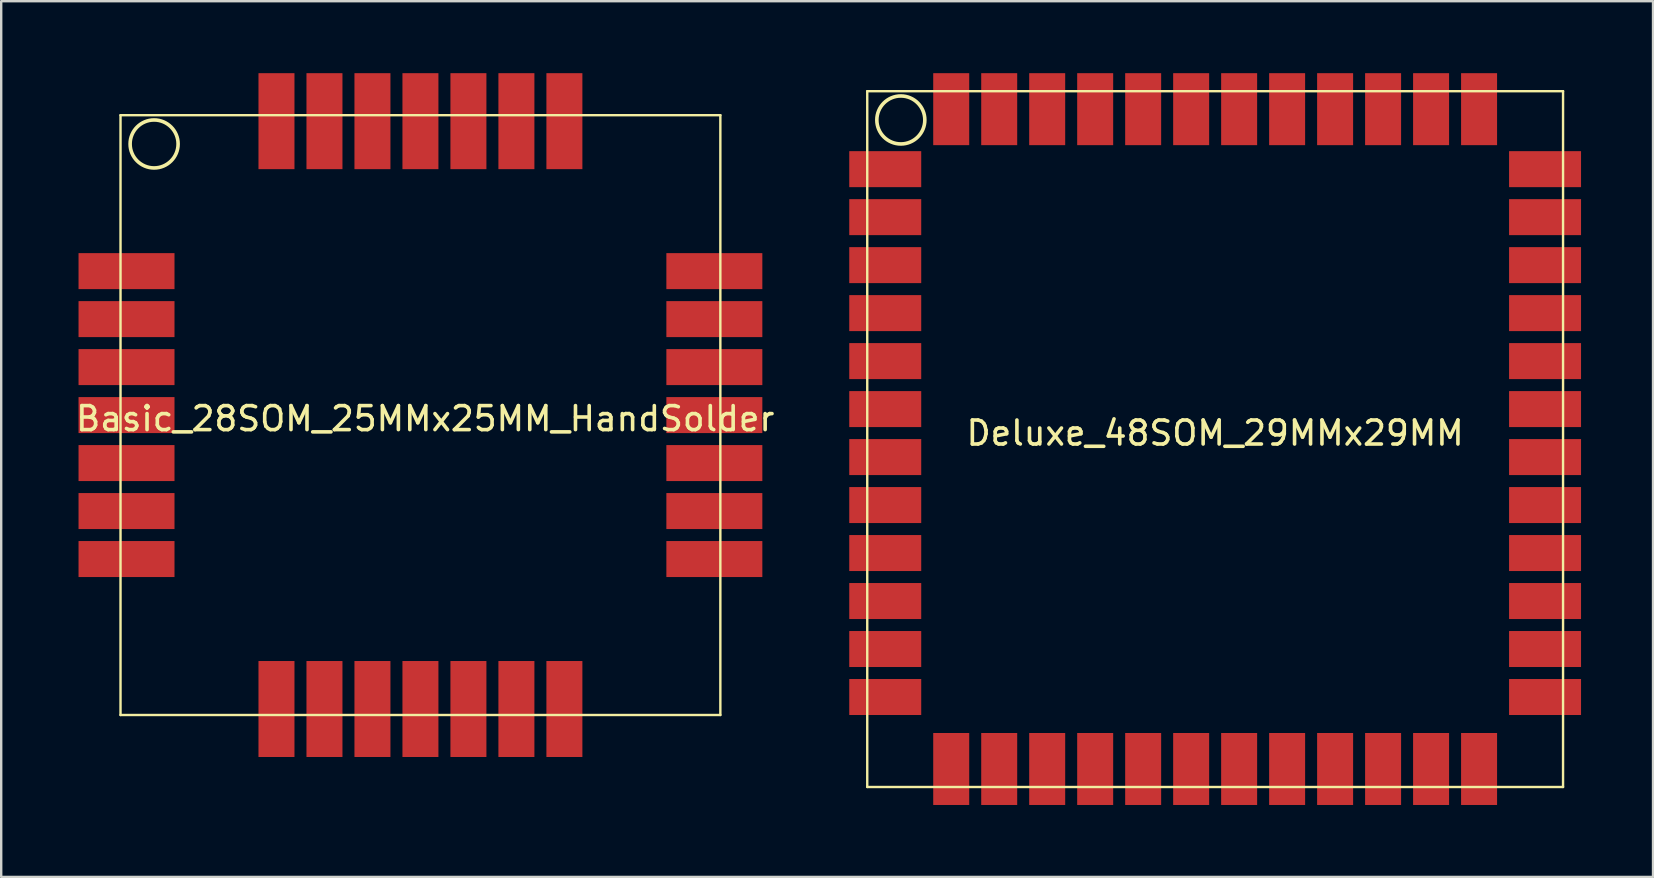
<source format=kicad_pcb>
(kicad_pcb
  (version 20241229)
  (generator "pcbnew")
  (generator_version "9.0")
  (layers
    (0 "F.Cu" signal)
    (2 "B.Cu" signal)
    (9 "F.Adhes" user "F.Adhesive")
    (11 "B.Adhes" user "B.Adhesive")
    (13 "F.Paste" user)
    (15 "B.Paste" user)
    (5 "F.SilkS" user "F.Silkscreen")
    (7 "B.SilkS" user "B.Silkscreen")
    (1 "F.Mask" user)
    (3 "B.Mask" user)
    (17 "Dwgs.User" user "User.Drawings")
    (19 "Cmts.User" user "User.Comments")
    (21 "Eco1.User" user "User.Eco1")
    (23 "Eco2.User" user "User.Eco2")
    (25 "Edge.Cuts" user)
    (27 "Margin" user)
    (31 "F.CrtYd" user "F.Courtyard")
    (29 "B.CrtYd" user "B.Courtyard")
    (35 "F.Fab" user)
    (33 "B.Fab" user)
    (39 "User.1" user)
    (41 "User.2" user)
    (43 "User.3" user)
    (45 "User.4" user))
  (footprint "Deluxe_48SOM_29MMx29MM"
    (layer "F.Cu")
    (at 33.095 0.75)
    (property "Reference" "Deluxe_48SOM_29MMx29MM" (at 14.5 14.25 0) (layer "F.SilkS") (effects (font (size 1 1) (thickness 0.15))))
    (attr through_hole)
    (fp_line (start 0 0) (end 29 0) (stroke (width 0.1) (type solid)) (layer "F.SilkS"))
    (fp_line (start 0 29) (end 0 0) (stroke (width 0.1) (type solid)) (layer "F.SilkS"))
    (fp_line (start 29 0) (end 29 29) (stroke (width 0.1) (type solid)) (layer "F.SilkS"))
    (fp_line (start 29 29) (end 0 29) (stroke (width 0.1) (type solid)) (layer "F.SilkS"))
    (fp_circle (center 1.4 1.2) (end 2.4 1.2) (stroke (width 0.15) (type solid)) (fill no) (layer "F.SilkS"))
    (pad "1" smd rect (at 0.75 3.25) (size 3 1.5) (layers "F.Cu" "F.Mask" "F.Paste"))
    (pad "2" smd rect (at 0.75 5.25) (size 3 1.5) (layers "F.Cu" "F.Mask" "F.Paste"))
    (pad "3" smd rect (at 0.75 7.25) (size 3 1.5) (layers "F.Cu" "F.Mask" "F.Paste"))
    (pad "4" smd rect (at 0.75 9.25) (size 3 1.5) (layers "F.Cu" "F.Mask" "F.Paste"))
    (pad "5" smd rect (at 0.75 11.25) (size 3 1.5) (layers "F.Cu" "F.Mask" "F.Paste"))
    (pad "6" smd rect (at 0.75 13.25) (size 3 1.5) (layers "F.Cu" "F.Mask" "F.Paste"))
    (pad "7" smd rect (at 0.75 15.25) (size 3 1.5) (layers "F.Cu" "F.Mask" "F.Paste"))
    (pad "8" smd rect (at 0.75 17.25) (size 3 1.5) (layers "F.Cu" "F.Mask" "F.Paste"))
    (pad "9" smd rect (at 0.75 19.25) (size 3 1.5) (layers "F.Cu" "F.Mask" "F.Paste"))
    (pad "10" smd rect (at 0.75 21.25) (size 3 1.5) (layers "F.Cu" "F.Mask" "F.Paste"))
    (pad "11" smd rect (at 0.75 23.25) (size 3 1.5) (layers "F.Cu" "F.Mask" "F.Paste"))
    (pad "12" smd rect (at 0.75 25.25) (size 3 1.5) (layers "F.Cu" "F.Mask" "F.Paste"))
    (pad "13" smd rect (at 3.5 28.25 270) (size 3 1.5) (layers "F.Cu" "F.Mask" "F.Paste"))
    (pad "14" smd rect (at 5.5 28.25 270) (size 3 1.5) (layers "F.Cu" "F.Mask" "F.Paste"))
    (pad "15" smd rect (at 7.5 28.25 270) (size 3 1.5) (layers "F.Cu" "F.Mask" "F.Paste"))
    (pad "16" smd rect (at 9.5 28.25 270) (size 3 1.5) (layers "F.Cu" "F.Mask" "F.Paste"))
    (pad "17" smd rect (at 11.5 28.25 270) (size 3 1.5) (layers "F.Cu" "F.Mask" "F.Paste"))
    (pad "18" smd rect (at 13.5 28.25 270) (size 3 1.5) (layers "F.Cu" "F.Mask" "F.Paste"))
    (pad "19" smd rect (at 15.5 28.25 270) (size 3 1.5) (layers "F.Cu" "F.Mask" "F.Paste"))
    (pad "20" smd rect (at 17.5 28.25 270) (size 3 1.5) (layers "F.Cu" "F.Mask" "F.Paste"))
    (pad "21" smd rect (at 19.5 28.25 270) (size 3 1.5) (layers "F.Cu" "F.Mask" "F.Paste"))
    (pad "22" smd rect (at 21.5 28.25 270) (size 3 1.5) (layers "F.Cu" "F.Mask" "F.Paste"))
    (pad "23" smd rect (at 23.5 28.25 270) (size 3 1.5) (layers "F.Cu" "F.Mask" "F.Paste"))
    (pad "24" smd rect (at 25.5 28.25 270) (size 3 1.5) (layers "F.Cu" "F.Mask" "F.Paste"))
    (pad "25" smd rect (at 28.25 25.25 180) (size 3 1.5) (layers "F.Cu" "F.Mask" "F.Paste"))
    (pad "26" smd rect (at 28.25 23.25 180) (size 3 1.5) (layers "F.Cu" "F.Mask" "F.Paste"))
    (pad "27" smd rect (at 28.25 21.25 180) (size 3 1.5) (layers "F.Cu" "F.Mask" "F.Paste"))
    (pad "28" smd rect (at 28.25 19.25 180) (size 3 1.5) (layers "F.Cu" "F.Mask" "F.Paste"))
    (pad "29" smd rect (at 28.25 17.25 180) (size 3 1.5) (layers "F.Cu" "F.Mask" "F.Paste"))
    (pad "30" smd rect (at 28.25 15.25 180) (size 3 1.5) (layers "F.Cu" "F.Mask" "F.Paste"))
    (pad "31" smd rect (at 28.25 13.25 180) (size 3 1.5) (layers "F.Cu" "F.Mask" "F.Paste"))
    (pad "32" smd rect (at 28.25 11.25 180) (size 3 1.5) (layers "F.Cu" "F.Mask" "F.Paste"))
    (pad "33" smd rect (at 28.25 9.25 180) (size 3 1.5) (layers "F.Cu" "F.Mask" "F.Paste"))
    (pad "34" smd rect (at 28.25 7.25 180) (size 3 1.5) (layers "F.Cu" "F.Mask" "F.Paste"))
    (pad "35" smd rect (at 28.25 5.25 180) (size 3 1.5) (layers "F.Cu" "F.Mask" "F.Paste"))
    (pad "36" smd rect (at 28.25 3.25 180) (size 3 1.5) (layers "F.Cu" "F.Mask" "F.Paste"))
    (pad "37" smd rect (at 25.5 0.75 270) (size 3 1.5) (layers "F.Cu" "F.Mask" "F.Paste"))
    (pad "38" smd rect (at 23.5 0.75 270) (size 3 1.5) (layers "F.Cu" "F.Mask" "F.Paste"))
    (pad "39" smd rect (at 21.5 0.75 270) (size 3 1.5) (layers "F.Cu" "F.Mask" "F.Paste"))
    (pad "40" smd rect (at 19.5 0.75 270) (size 3 1.5) (layers "F.Cu" "F.Mask" "F.Paste"))
    (pad "41" smd rect (at 17.5 0.75 270) (size 3 1.5) (layers "F.Cu" "F.Mask" "F.Paste"))
    (pad "42" smd rect (at 15.5 0.75 270) (size 3 1.5) (layers "F.Cu" "F.Mask" "F.Paste"))
    (pad "43" smd rect (at 13.5 0.75 270) (size 3 1.5) (layers "F.Cu" "F.Mask" "F.Paste"))
    (pad "44" smd rect (at 11.5 0.75 270) (size 3 1.5) (layers "F.Cu" "F.Mask" "F.Paste"))
    (pad "45" smd rect (at 9.5 0.75 270) (size 3 1.5) (layers "F.Cu" "F.Mask" "F.Paste"))
    (pad "46" smd rect (at 7.5 0.75 270) (size 3 1.5) (layers "F.Cu" "F.Mask" "F.Paste"))
    (pad "47" smd rect (at 5.5 0.75 270) (size 3 1.5) (layers "F.Cu" "F.Mask" "F.Paste"))
    (pad "48" smd rect (at 3.5 0.75 270) (size 3 1.5) (layers "F.Cu" "F.Mask" "F.Paste")))
  (footprint "Basic_28SOM_25MMx25MM_HandSolder"
    (layer "F.Cu")
    (at 1.973 1.75)
    (property "Reference" "Basic_28SOM_25MMx25MM_HandSolder" (at 12.7 12.65 0) (layer "F.SilkS") (effects (font (size 1 1) (thickness 0.15))))
    (attr through_hole)
    (fp_line (start 0 0) (end 25 0) (stroke (width 0.1) (type solid)) (layer "F.SilkS"))
    (fp_line (start 0 25) (end 0 0) (stroke (width 0.1) (type solid)) (layer "F.SilkS"))
    (fp_line (start 25 0) (end 25 25) (stroke (width 0.1) (type solid)) (layer "F.SilkS"))
    (fp_line (start 25 25) (end 0 25) (stroke (width 0.1) (type solid)) (layer "F.SilkS"))
    (fp_circle (center 1.4 1.2) (end 2.4 1.2) (stroke (width 0.15) (type solid)) (fill no) (layer "F.SilkS"))
    (pad "1" smd rect (at 0.25 6.5) (size 4 1.5) (layers "F.Cu" "F.Mask" "F.Paste"))
    (pad "2" smd rect (at 0.25 8.5) (size 4 1.5) (layers "F.Cu" "F.Mask" "F.Paste"))
    (pad "3" smd rect (at 0.25 10.5) (size 4 1.5) (layers "F.Cu" "F.Mask" "F.Paste"))
    (pad "4" smd rect (at 0.25 12.5) (size 4 1.5) (layers "F.Cu" "F.Mask" "F.Paste"))
    (pad "5" smd rect (at 0.25 14.5) (size 4 1.5) (layers "F.Cu" "F.Mask" "F.Paste"))
    (pad "6" smd rect (at 0.25 16.5) (size 4 1.5) (layers "F.Cu" "F.Mask" "F.Paste"))
    (pad "7" smd rect (at 0.25 18.5) (size 4 1.5) (layers "F.Cu" "F.Mask" "F.Paste"))
    (pad "8" smd rect (at 6.5 24.75 270) (size 4 1.5) (layers "F.Cu" "F.Mask" "F.Paste"))
    (pad "9" smd rect (at 8.5 24.75 270) (size 4 1.5) (layers "F.Cu" "F.Mask" "F.Paste"))
    (pad "10" smd rect (at 10.5 24.75 270) (size 4 1.5) (layers "F.Cu" "F.Mask" "F.Paste"))
    (pad "11" smd rect (at 12.5 24.75 270) (size 4 1.5) (layers "F.Cu" "F.Mask" "F.Paste"))
    (pad "12" smd rect (at 14.5 24.75 270) (size 4 1.5) (layers "F.Cu" "F.Mask" "F.Paste"))
    (pad "13" smd rect (at 16.5 24.75 270) (size 4 1.5) (layers "F.Cu" "F.Mask" "F.Paste"))
    (pad "14" smd rect (at 18.5 24.75 270) (size 4 1.5) (layers "F.Cu" "F.Mask" "F.Paste"))
    (pad "15" smd rect (at 24.75 18.5 180) (size 4 1.5) (layers "F.Cu" "F.Mask" "F.Paste"))
    (pad "16" smd rect (at 24.75 16.5 180) (size 4 1.5) (layers "F.Cu" "F.Mask" "F.Paste"))
    (pad "17" smd rect (at 24.75 14.5 180) (size 4 1.5) (layers "F.Cu" "F.Mask" "F.Paste"))
    (pad "18" smd rect (at 24.75 12.5 180) (size 4 1.5) (layers "F.Cu" "F.Mask" "F.Paste"))
    (pad "19" smd rect (at 24.75 10.5 180) (size 4 1.5) (layers "F.Cu" "F.Mask" "F.Paste"))
    (pad "20" smd rect (at 24.75 8.5 180) (size 4 1.5) (layers "F.Cu" "F.Mask" "F.Paste"))
    (pad "21" smd rect (at 24.75 6.5 180) (size 4 1.5) (layers "F.Cu" "F.Mask" "F.Paste"))
    (pad "22" smd rect (at 18.5 0.25 270) (size 4 1.5) (layers "F.Cu" "F.Mask" "F.Paste"))
    (pad "23" smd rect (at 16.5 0.25 270) (size 4 1.5) (layers "F.Cu" "F.Mask" "F.Paste"))
    (pad "24" smd rect (at 14.5 0.25 270) (size 4 1.5) (layers "F.Cu" "F.Mask" "F.Paste"))
    (pad "25" smd rect (at 12.5 0.25 270) (size 4 1.5) (layers "F.Cu" "F.Mask" "F.Paste"))
    (pad "26" smd rect (at 10.5 0.25 270) (size 4 1.5) (layers "F.Cu" "F.Mask" "F.Paste"))
    (pad "27" smd rect (at 8.5 0.25 270) (size 4 1.5) (layers "F.Cu" "F.Mask" "F.Paste"))
    (pad "28" smd rect (at 6.5 0.25 270) (size 4 1.5) (layers "F.Cu" "F.Mask" "F.Paste")))
  (gr_rect
    (start -3 -3)
    (end 65.845 33.5)
    (stroke (width 0.1) (type default))
    (fill no)
    (layer "Edge.Cuts")))
</source>
